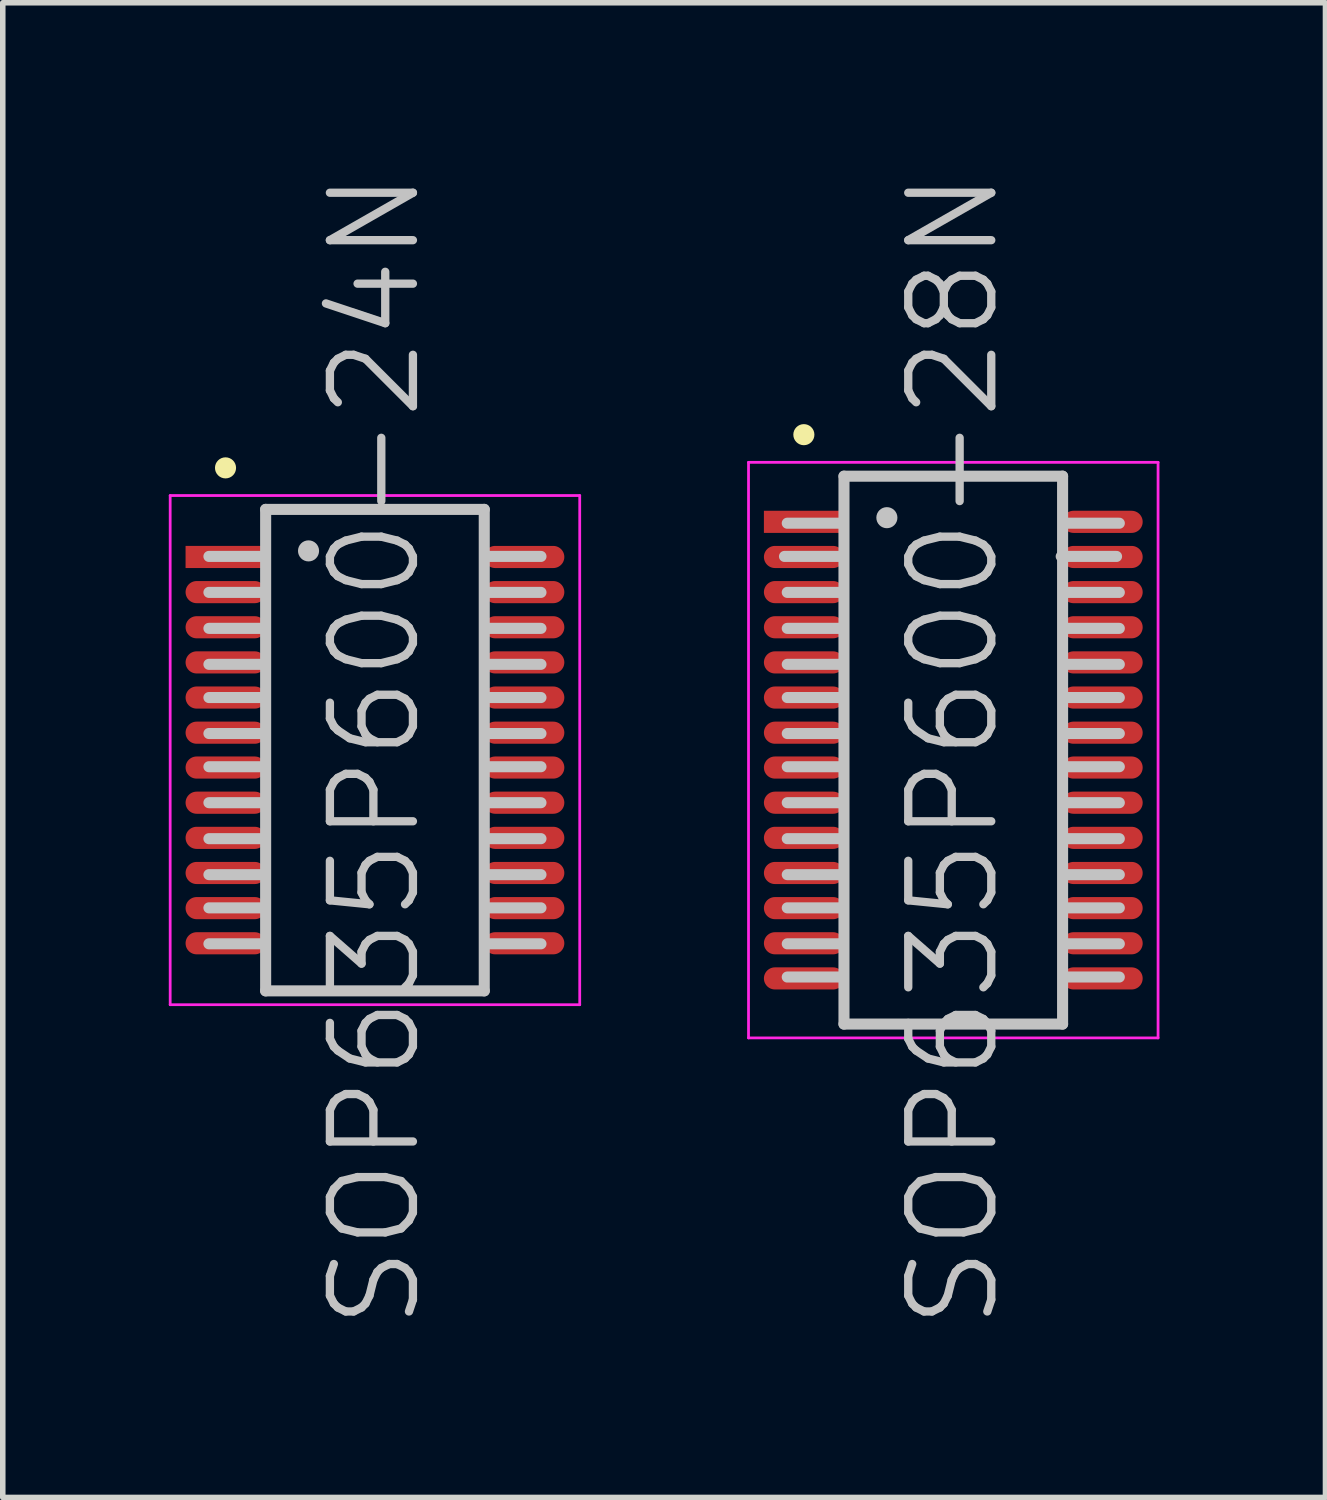
<source format=kicad_pcb>
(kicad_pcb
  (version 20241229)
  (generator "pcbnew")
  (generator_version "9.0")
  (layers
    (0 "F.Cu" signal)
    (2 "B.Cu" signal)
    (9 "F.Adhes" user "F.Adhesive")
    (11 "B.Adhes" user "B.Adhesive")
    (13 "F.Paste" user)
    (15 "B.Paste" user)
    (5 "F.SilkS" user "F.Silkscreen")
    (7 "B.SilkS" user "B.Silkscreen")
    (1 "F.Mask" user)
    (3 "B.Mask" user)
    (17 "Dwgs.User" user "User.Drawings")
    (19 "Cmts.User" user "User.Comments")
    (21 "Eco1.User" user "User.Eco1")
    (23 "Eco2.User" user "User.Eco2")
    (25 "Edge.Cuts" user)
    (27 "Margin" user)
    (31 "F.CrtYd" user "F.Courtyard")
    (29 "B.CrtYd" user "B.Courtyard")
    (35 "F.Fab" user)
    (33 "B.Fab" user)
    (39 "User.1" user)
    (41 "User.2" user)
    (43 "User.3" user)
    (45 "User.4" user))
  (footprint "SOP635P600-24N"
    (layer "F.Cu")
    (at 3.725 10.504)
    (property "Reference" "SOP635P600-24N" (at 0 0 90) (layer "Dwgs.User") (effects (font (size 1.5 1.5) (thickness 0.15))))
    (attr smd)
    (fp_line (start -2.7 -5.1) (end -2.7 -5.1) (stroke (width 0.381) (type solid)) (layer "F.SilkS"))
    (fp_line (start -2 -3.5) (end -3 -3.5) (stroke (width 0.2) (type solid)) (layer "Dwgs.User"))
    (fp_line (start -2 -2.85) (end -3 -2.85) (stroke (width 0.2) (type solid)) (layer "Dwgs.User"))
    (fp_line (start -2 -2.2) (end -3 -2.2) (stroke (width 0.2) (type solid)) (layer "Dwgs.User"))
    (fp_line (start -2 -1.55) (end -3 -1.55) (stroke (width 0.2) (type solid)) (layer "Dwgs.User"))
    (fp_line (start -2 -0.95) (end -3 -0.95) (stroke (width 0.2) (type solid)) (layer "Dwgs.User"))
    (fp_line (start -2 -0.3) (end -3 -0.3) (stroke (width 0.2) (type solid)) (layer "Dwgs.User"))
    (fp_line (start -2 0.3) (end -3 0.3) (stroke (width 0.2) (type solid)) (layer "Dwgs.User"))
    (fp_line (start -2 0.95) (end -3 0.95) (stroke (width 0.2) (type solid)) (layer "Dwgs.User"))
    (fp_line (start -2 1.6) (end -3 1.6) (stroke (width 0.2) (type solid)) (layer "Dwgs.User"))
    (fp_line (start -2 2.25) (end -3 2.25) (stroke (width 0.2) (type solid)) (layer "Dwgs.User"))
    (fp_line (start -2 2.85) (end -3 2.85) (stroke (width 0.2) (type solid)) (layer "Dwgs.User"))
    (fp_line (start -2 3.5) (end -3 3.5) (stroke (width 0.2) (type solid)) (layer "Dwgs.User"))
    (fp_line (start -1.975 -4.35) (end -1.975 4.35) (stroke (width 0.2) (type solid)) (layer "Dwgs.User"))
    (fp_line (start -1.975 -4.35) (end 1.975 -4.35) (stroke (width 0.2) (type solid)) (layer "Dwgs.User"))
    (fp_line (start -1.975 4.35) (end 1.975 4.35) (stroke (width 0.2) (type solid)) (layer "Dwgs.User"))
    (fp_line (start -1.2 -3.6) (end -1.2 -3.6) (stroke (width 0.381) (type solid)) (layer "Dwgs.User"))
    (fp_line (start 1.975 -4.35) (end 1.975 4.35) (stroke (width 0.2) (type solid)) (layer "Dwgs.User"))
    (fp_line (start 3 -3.5) (end 2 -3.5) (stroke (width 0.2) (type solid)) (layer "Dwgs.User"))
    (fp_line (start 3 -2.85) (end 2 -2.85) (stroke (width 0.2) (type solid)) (layer "Dwgs.User"))
    (fp_line (start 3 -2.2) (end 2 -2.2) (stroke (width 0.2) (type solid)) (layer "Dwgs.User"))
    (fp_line (start 3 -1.55) (end 2 -1.55) (stroke (width 0.2) (type solid)) (layer "Dwgs.User"))
    (fp_line (start 3 -0.95) (end 2 -0.95) (stroke (width 0.2) (type solid)) (layer "Dwgs.User"))
    (fp_line (start 3 -0.3) (end 2 -0.3) (stroke (width 0.2) (type solid)) (layer "Dwgs.User"))
    (fp_line (start 3 0.3) (end 2 0.3) (stroke (width 0.2) (type solid)) (layer "Dwgs.User"))
    (fp_line (start 3 0.95) (end 2 0.95) (stroke (width 0.2) (type solid)) (layer "Dwgs.User"))
    (fp_line (start 3 1.6) (end 2 1.6) (stroke (width 0.2) (type solid)) (layer "Dwgs.User"))
    (fp_line (start 3 2.25) (end 2 2.25) (stroke (width 0.2) (type solid)) (layer "Dwgs.User"))
    (fp_line (start 3 2.85) (end 2 2.85) (stroke (width 0.2) (type solid)) (layer "Dwgs.User"))
    (fp_line (start 3 3.5) (end 2 3.5) (stroke (width 0.2) (type solid)) (layer "Dwgs.User"))
    (fp_line (start -3.7 -4.6) (end -3.7 4.6) (stroke (width 0.05) (type solid)) (layer "F.CrtYd"))
    (fp_line (start -3.7 -4.6) (end 3.7 -4.6) (stroke (width 0.05) (type solid)) (layer "F.CrtYd"))
    (fp_line (start -3.7 4.6) (end 3.7 4.6) (stroke (width 0.05) (type solid)) (layer "F.CrtYd"))
    (fp_line (start 3.7 -4.6) (end 3.7 4.6) (stroke (width 0.05) (type solid)) (layer "F.CrtYd"))
    (pad "1" smd rect (at -2.697 -3.49 90) (size 0.4 1.45) (layers "F.Cu" "F.Mask" "F.Paste"))
    (pad "2" smd oval (at -2.697 -2.855 90) (size 0.4 1.45) (layers "F.Cu" "F.Mask" "F.Paste"))
    (pad "3" smd oval (at -2.697 -2.22 90) (size 0.4 1.45) (layers "F.Cu" "F.Mask" "F.Paste"))
    (pad "4" smd oval (at -2.697 -1.585 90) (size 0.4 1.45) (layers "F.Cu" "F.Mask" "F.Paste"))
    (pad "5" smd oval (at -2.697 -0.95 90) (size 0.4 1.45) (layers "F.Cu" "F.Mask" "F.Paste"))
    (pad "6" smd oval (at -2.697 -0.315 90) (size 0.4 1.45) (layers "F.Cu" "F.Mask" "F.Paste"))
    (pad "7" smd oval (at -2.697 0.315 90) (size 0.4 1.45) (layers "F.Cu" "F.Mask" "F.Paste"))
    (pad "8" smd oval (at -2.697 0.95 90) (size 0.4 1.45) (layers "F.Cu" "F.Mask" "F.Paste"))
    (pad "9" smd oval (at -2.697 1.585 90) (size 0.4 1.45) (layers "F.Cu" "F.Mask" "F.Paste"))
    (pad "10" smd oval (at -2.697 2.22 90) (size 0.4 1.45) (layers "F.Cu" "F.Mask" "F.Paste"))
    (pad "11" smd oval (at -2.697 2.855 90) (size 0.4 1.45) (layers "F.Cu" "F.Mask" "F.Paste"))
    (pad "12" smd oval (at -2.697 3.49 90) (size 0.4 1.45) (layers "F.Cu" "F.Mask" "F.Paste"))
    (pad "13" smd oval (at 2.697 3.49 270) (size 0.4 1.45) (layers "F.Cu" "F.Mask" "F.Paste"))
    (pad "14" smd oval (at 2.697 2.855 270) (size 0.4 1.45) (layers "F.Cu" "F.Mask" "F.Paste"))
    (pad "15" smd oval (at 2.697 2.22 270) (size 0.4 1.45) (layers "F.Cu" "F.Mask" "F.Paste"))
    (pad "16" smd oval (at 2.697 1.585 270) (size 0.4 1.45) (layers "F.Cu" "F.Mask" "F.Paste"))
    (pad "17" smd oval (at 2.697 0.95 270) (size 0.4 1.45) (layers "F.Cu" "F.Mask" "F.Paste"))
    (pad "18" smd oval (at 2.697 0.315 270) (size 0.4 1.45) (layers "F.Cu" "F.Mask" "F.Paste"))
    (pad "19" smd oval (at 2.697 -0.315 270) (size 0.4 1.45) (layers "F.Cu" "F.Mask" "F.Paste"))
    (pad "20" smd oval (at 2.697 -0.95 270) (size 0.4 1.45) (layers "F.Cu" "F.Mask" "F.Paste"))
    (pad "21" smd oval (at 2.697 -1.585 270) (size 0.4 1.45) (layers "F.Cu" "F.Mask" "F.Paste"))
    (pad "22" smd oval (at 2.697 -2.22 270) (size 0.4 1.45) (layers "F.Cu" "F.Mask" "F.Paste"))
    (pad "23" smd oval (at 2.697 -2.855 270) (size 0.4 1.45) (layers "F.Cu" "F.Mask" "F.Paste"))
    (pad "24" smd oval (at 2.697 -3.49 270) (size 0.4 1.45) (layers "F.Cu" "F.Mask" "F.Paste")))
  (footprint "SOP635P600-28N"
    (layer "F.Cu")
    (at 14.175 10.504)
    (property "Reference" "SOP635P600-28N" (at 0 0 90) (layer "Dwgs.User") (effects (font (size 1.5 1.5) (thickness 0.15))))
    (attr smd)
    (fp_line (start -2.7 -5.7) (end -2.7 -5.7) (stroke (width 0.381) (type solid)) (layer "F.SilkS"))
    (fp_line (start -2.05 -3.5) (end -3.05 -3.5) (stroke (width 0.2) (type solid)) (layer "Dwgs.User"))
    (fp_line (start -2 -4.1) (end -3 -4.1) (stroke (width 0.2) (type solid)) (layer "Dwgs.User"))
    (fp_line (start -2 -2.85) (end -3 -2.85) (stroke (width 0.2) (type solid)) (layer "Dwgs.User"))
    (fp_line (start -2 -2.2) (end -3 -2.2) (stroke (width 0.2) (type solid)) (layer "Dwgs.User"))
    (fp_line (start -2 -1.55) (end -3 -1.55) (stroke (width 0.2) (type solid)) (layer "Dwgs.User"))
    (fp_line (start -2 -0.95) (end -3 -0.95) (stroke (width 0.2) (type solid)) (layer "Dwgs.User"))
    (fp_line (start -2 -0.3) (end -3 -0.3) (stroke (width 0.2) (type solid)) (layer "Dwgs.User"))
    (fp_line (start -2 0.3) (end -3 0.3) (stroke (width 0.2) (type solid)) (layer "Dwgs.User"))
    (fp_line (start -2 0.95) (end -3 0.95) (stroke (width 0.2) (type solid)) (layer "Dwgs.User"))
    (fp_line (start -2 1.6) (end -3 1.6) (stroke (width 0.2) (type solid)) (layer "Dwgs.User"))
    (fp_line (start -2 2.25) (end -3 2.25) (stroke (width 0.2) (type solid)) (layer "Dwgs.User"))
    (fp_line (start -2 2.85) (end -3 2.85) (stroke (width 0.2) (type solid)) (layer "Dwgs.User"))
    (fp_line (start -2 3.5) (end -3 3.5) (stroke (width 0.2) (type solid)) (layer "Dwgs.User"))
    (fp_line (start -2 4.1) (end -3 4.1) (stroke (width 0.2) (type solid)) (layer "Dwgs.User"))
    (fp_line (start -1.975 -4.95) (end -1.975 4.95) (stroke (width 0.2) (type solid)) (layer "Dwgs.User"))
    (fp_line (start -1.975 -4.95) (end 1.975 -4.95) (stroke (width 0.2) (type solid)) (layer "Dwgs.User"))
    (fp_line (start -1.975 4.95) (end 1.975 4.95) (stroke (width 0.2) (type solid)) (layer "Dwgs.User"))
    (fp_line (start -1.2 -4.2) (end -1.2 -4.2) (stroke (width 0.381) (type solid)) (layer "Dwgs.User"))
    (fp_line (start 1.975 -4.95) (end 1.975 4.95) (stroke (width 0.2) (type solid)) (layer "Dwgs.User"))
    (fp_line (start 2.95 -3.5) (end 1.95 -3.5) (stroke (width 0.2) (type solid)) (layer "Dwgs.User"))
    (fp_line (start 3 -4.1) (end 2 -4.1) (stroke (width 0.2) (type solid)) (layer "Dwgs.User"))
    (fp_line (start 3 -2.85) (end 2 -2.85) (stroke (width 0.2) (type solid)) (layer "Dwgs.User"))
    (fp_line (start 3 -2.2) (end 2 -2.2) (stroke (width 0.2) (type solid)) (layer "Dwgs.User"))
    (fp_line (start 3 -1.55) (end 2 -1.55) (stroke (width 0.2) (type solid)) (layer "Dwgs.User"))
    (fp_line (start 3 -0.95) (end 2 -0.95) (stroke (width 0.2) (type solid)) (layer "Dwgs.User"))
    (fp_line (start 3 -0.3) (end 2 -0.3) (stroke (width 0.2) (type solid)) (layer "Dwgs.User"))
    (fp_line (start 3 0.3) (end 2 0.3) (stroke (width 0.2) (type solid)) (layer "Dwgs.User"))
    (fp_line (start 3 0.95) (end 2 0.95) (stroke (width 0.2) (type solid)) (layer "Dwgs.User"))
    (fp_line (start 3 1.6) (end 2 1.6) (stroke (width 0.2) (type solid)) (layer "Dwgs.User"))
    (fp_line (start 3 2.25) (end 2 2.25) (stroke (width 0.2) (type solid)) (layer "Dwgs.User"))
    (fp_line (start 3 2.85) (end 2 2.85) (stroke (width 0.2) (type solid)) (layer "Dwgs.User"))
    (fp_line (start 3 3.5) (end 2 3.5) (stroke (width 0.2) (type solid)) (layer "Dwgs.User"))
    (fp_line (start 3 4.1) (end 2 4.1) (stroke (width 0.2) (type solid)) (layer "Dwgs.User"))
    (fp_line (start -3.7 -5.2) (end -3.7 5.2) (stroke (width 0.05) (type solid)) (layer "F.CrtYd"))
    (fp_line (start -3.7 -5.2) (end 3.7 -5.2) (stroke (width 0.05) (type solid)) (layer "F.CrtYd"))
    (fp_line (start -3.7 5.2) (end 3.7 5.2) (stroke (width 0.05) (type solid)) (layer "F.CrtYd"))
    (fp_line (start 3.7 -5.2) (end 3.7 5.2) (stroke (width 0.05) (type solid)) (layer "F.CrtYd"))
    (pad "1" smd rect (at -2.697 -4.125 90) (size 0.4 1.45) (layers "F.Cu" "F.Mask" "F.Paste"))
    (pad "2" smd oval (at -2.697 -3.49 90) (size 0.4 1.45) (layers "F.Cu" "F.Mask" "F.Paste"))
    (pad "3" smd oval (at -2.697 -2.855 90) (size 0.4 1.45) (layers "F.Cu" "F.Mask" "F.Paste"))
    (pad "4" smd oval (at -2.697 -2.22 90) (size 0.4 1.45) (layers "F.Cu" "F.Mask" "F.Paste"))
    (pad "5" smd oval (at -2.697 -1.585 90) (size 0.4 1.45) (layers "F.Cu" "F.Mask" "F.Paste"))
    (pad "6" smd oval (at -2.697 -0.95 90) (size 0.4 1.45) (layers "F.Cu" "F.Mask" "F.Paste"))
    (pad "7" smd oval (at -2.697 -0.315 90) (size 0.4 1.45) (layers "F.Cu" "F.Mask" "F.Paste"))
    (pad "8" smd oval (at -2.697 0.315 90) (size 0.4 1.45) (layers "F.Cu" "F.Mask" "F.Paste"))
    (pad "9" smd oval (at -2.697 0.95 90) (size 0.4 1.45) (layers "F.Cu" "F.Mask" "F.Paste"))
    (pad "10" smd oval (at -2.697 1.585 90) (size 0.4 1.45) (layers "F.Cu" "F.Mask" "F.Paste"))
    (pad "11" smd oval (at -2.697 2.22 90) (size 0.4 1.45) (layers "F.Cu" "F.Mask" "F.Paste"))
    (pad "12" smd oval (at -2.697 2.855 90) (size 0.4 1.45) (layers "F.Cu" "F.Mask" "F.Paste"))
    (pad "13" smd oval (at -2.697 3.49 90) (size 0.4 1.45) (layers "F.Cu" "F.Mask" "F.Paste"))
    (pad "14" smd oval (at -2.697 4.125 90) (size 0.4 1.45) (layers "F.Cu" "F.Mask" "F.Paste"))
    (pad "15" smd oval (at 2.697 4.125 270) (size 0.4 1.45) (layers "F.Cu" "F.Mask" "F.Paste"))
    (pad "16" smd oval (at 2.697 3.49 270) (size 0.4 1.45) (layers "F.Cu" "F.Mask" "F.Paste"))
    (pad "17" smd oval (at 2.697 2.855 270) (size 0.4 1.45) (layers "F.Cu" "F.Mask" "F.Paste"))
    (pad "18" smd oval (at 2.697 2.22 270) (size 0.4 1.45) (layers "F.Cu" "F.Mask" "F.Paste"))
    (pad "19" smd oval (at 2.697 1.585 270) (size 0.4 1.45) (layers "F.Cu" "F.Mask" "F.Paste"))
    (pad "20" smd oval (at 2.697 0.95 270) (size 0.4 1.45) (layers "F.Cu" "F.Mask" "F.Paste"))
    (pad "21" smd oval (at 2.697 0.315 270) (size 0.4 1.45) (layers "F.Cu" "F.Mask" "F.Paste"))
    (pad "22" smd oval (at 2.697 -0.315 270) (size 0.4 1.45) (layers "F.Cu" "F.Mask" "F.Paste"))
    (pad "23" smd oval (at 2.697 -0.95 270) (size 0.4 1.45) (layers "F.Cu" "F.Mask" "F.Paste"))
    (pad "24" smd oval (at 2.697 -1.585 270) (size 0.4 1.45) (layers "F.Cu" "F.Mask" "F.Paste"))
    (pad "25" smd oval (at 2.697 -2.22 270) (size 0.4 1.45) (layers "F.Cu" "F.Mask" "F.Paste"))
    (pad "26" smd oval (at 2.697 -2.855 270) (size 0.4 1.45) (layers "F.Cu" "F.Mask" "F.Paste"))
    (pad "27" smd oval (at 2.697 -3.49 270) (size 0.4 1.45) (layers "F.Cu" "F.Mask" "F.Paste"))
    (pad "28" smd oval (at 2.697 -4.125 270) (size 0.4 1.45) (layers "F.Cu" "F.Mask" "F.Paste")))
  (gr_rect
    (start -3 -3)
    (end 20.9 24.007)
    (stroke (width 0.1) (type default))
    (fill no)
    (layer "Edge.Cuts")))
</source>
